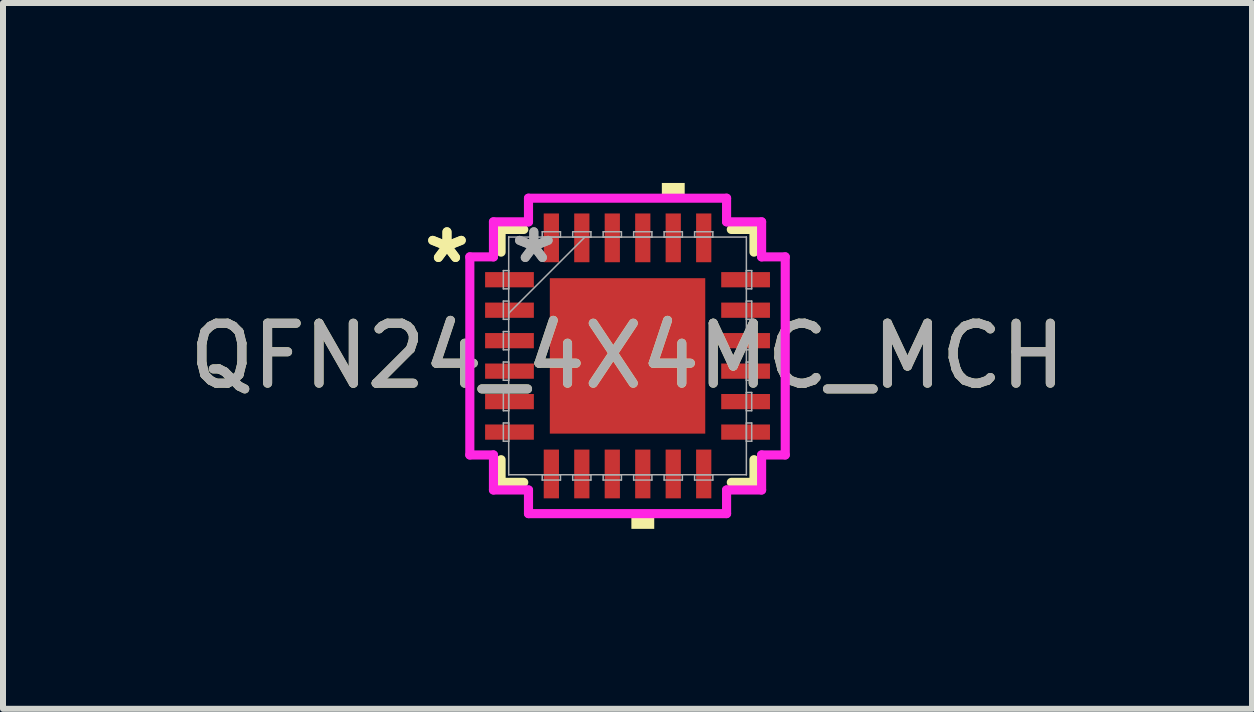
<source format=kicad_pcb>
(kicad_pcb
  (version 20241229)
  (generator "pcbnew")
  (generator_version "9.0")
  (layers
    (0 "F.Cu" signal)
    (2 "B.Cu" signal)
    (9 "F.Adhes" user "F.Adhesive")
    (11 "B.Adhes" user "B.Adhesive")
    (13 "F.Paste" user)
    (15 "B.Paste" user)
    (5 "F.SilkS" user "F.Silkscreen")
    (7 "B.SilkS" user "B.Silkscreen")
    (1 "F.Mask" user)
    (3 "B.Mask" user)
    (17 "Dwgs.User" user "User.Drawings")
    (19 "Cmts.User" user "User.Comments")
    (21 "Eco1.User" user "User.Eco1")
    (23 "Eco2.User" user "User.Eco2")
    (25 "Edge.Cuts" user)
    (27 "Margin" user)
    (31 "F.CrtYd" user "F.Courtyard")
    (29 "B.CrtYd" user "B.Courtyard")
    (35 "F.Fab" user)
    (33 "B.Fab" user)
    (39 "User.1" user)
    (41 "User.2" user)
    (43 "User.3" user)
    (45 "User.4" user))
  (footprint "QFN24_4X4MC_MCH"
    (layer "F.Cu")
    (at 7.411 2.883)
    (property "Reference" "QFN24_4X4MC_MCH" (at 0 0 0) (unlocked yes) (layer "F.SilkS") (effects (font (size 1 1) (thickness 0.15))))
    (attr smd)
    (fp_poly (pts (xy -1.359 -1.359) (xy -0.987 -1.359) (xy -0.987 1.359) (xy -1.359 1.359)) (stroke (width 0) (type solid)) (fill yes) (layer "F.Mask"))
    (fp_poly (pts (xy -1.359 -1.359) (xy 1.359 -1.359) (xy 1.359 -0.987) (xy -1.359 -0.987)) (stroke (width 0) (type solid)) (fill yes) (layer "F.Mask"))
    (fp_poly (pts (xy -1.359 -0.587) (xy 1.359 -0.587) (xy 1.359 -0.2) (xy -1.359 -0.2)) (stroke (width 0) (type solid)) (fill yes) (layer "F.Mask"))
    (fp_poly (pts (xy -1.359 0.2) (xy 1.359 0.2) (xy 1.359 0.587) (xy -1.359 0.587)) (stroke (width 0) (type solid)) (fill yes) (layer "F.Mask"))
    (fp_poly (pts (xy -1.359 0.987) (xy 1.359 0.987) (xy 1.359 1.359) (xy -1.359 1.359)) (stroke (width 0) (type solid)) (fill yes) (layer "F.Mask"))
    (fp_poly (pts (xy -0.2 -1.359) (xy -0.587 -1.359) (xy -0.587 1.359) (xy -0.2 1.359)) (stroke (width 0) (type solid)) (fill yes) (layer "F.Mask"))
    (fp_poly (pts (xy 0.587 -1.359) (xy 0.2 -1.359) (xy 0.2 1.359) (xy 0.587 1.359)) (stroke (width 0) (type solid)) (fill yes) (layer "F.Mask"))
    (fp_poly (pts (xy 0.987 -1.359) (xy 1.359 -1.359) (xy 1.359 1.359) (xy 0.987 1.359)) (stroke (width 0) (type solid)) (fill yes) (layer "F.Mask"))
    (fp_line (start -2.108 -2.108) (end -2.108 -1.73) (stroke (width 0.152) (type solid)) (layer "F.SilkS"))
    (fp_line (start -2.108 1.73) (end -2.108 2.108) (stroke (width 0.152) (type solid)) (layer "F.SilkS"))
    (fp_line (start -2.108 2.108) (end -1.73 2.108) (stroke (width 0.152) (type solid)) (layer "F.SilkS"))
    (fp_line (start -1.73 -2.108) (end -2.108 -2.108) (stroke (width 0.152) (type solid)) (layer "F.SilkS"))
    (fp_line (start 1.73 2.108) (end 2.108 2.108) (stroke (width 0.152) (type solid)) (layer "F.SilkS"))
    (fp_line (start 2.108 -2.108) (end 1.73 -2.108) (stroke (width 0.152) (type solid)) (layer "F.SilkS"))
    (fp_line (start 2.108 -1.73) (end 2.108 -2.108) (stroke (width 0.152) (type solid)) (layer "F.SilkS"))
    (fp_line (start 2.108 2.108) (end 2.108 1.73) (stroke (width 0.152) (type solid)) (layer "F.SilkS"))
    (fp_poly (pts (xy 0.064 2.629) (xy 0.064 2.883) (xy 0.445 2.883) (xy 0.445 2.629)) (stroke (width 0) (type solid)) (fill yes) (layer "F.SilkS"))
    (fp_poly (pts (xy 0.572 -2.629) (xy 0.572 -2.883) (xy 0.953 -2.883) (xy 0.953 -2.629)) (stroke (width 0) (type solid)) (fill yes) (layer "F.SilkS"))
    (fp_poly (pts (xy -1.22 -1.22) (xy -1.22 -0.887) (xy -1.029 -0.887) (xy -0.887 -1.029) (xy -0.887 -1.22)) (stroke (width 0) (type solid)) (fill yes) (layer "F.Paste"))
    (fp_poly (pts (xy -1.22 0.887) (xy -1.22 1.22) (xy -0.887 1.22) (xy -0.887 1.029) (xy -1.029 0.887)) (stroke (width 0) (type solid)) (fill yes) (layer "F.Paste"))
    (fp_poly (pts (xy 0.887 -1.22) (xy 0.887 -1.029) (xy 1.029 -0.887) (xy 1.22 -0.887) (xy 1.22 -1.22)) (stroke (width 0) (type solid)) (fill yes) (layer "F.Paste"))
    (fp_poly (pts (xy 1.029 0.887) (xy 0.887 1.029) (xy 0.887 1.22) (xy 1.22 1.22) (xy 1.22 0.887)) (stroke (width 0) (type solid)) (fill yes) (layer "F.Paste"))
    (fp_poly (pts (xy -1.22 -0.687) (xy -1.22 -0.1) (xy -1.029 -0.1) (xy -0.887 -0.241) (xy -0.887 -0.546) (xy -1.029 -0.687)) (stroke (width 0) (type solid)) (fill yes) (layer "F.Paste"))
    (fp_poly (pts (xy -1.22 0.1) (xy -1.22 0.687) (xy -1.029 0.687) (xy -0.887 0.546) (xy -0.887 0.241) (xy -1.029 0.1)) (stroke (width 0) (type solid)) (fill yes) (layer "F.Paste"))
    (fp_poly (pts (xy -0.687 -1.22) (xy -0.687 -1.029) (xy -0.546 -0.887) (xy -0.241 -0.887) (xy -0.1 -1.029) (xy -0.1 -1.22)) (stroke (width 0) (type solid)) (fill yes) (layer "F.Paste"))
    (fp_poly (pts (xy -0.546 0.887) (xy -0.687 1.029) (xy -0.687 1.22) (xy -0.1 1.22) (xy -0.1 1.029) (xy -0.241 0.887)) (stroke (width 0) (type solid)) (fill yes) (layer "F.Paste"))
    (fp_poly (pts (xy 0.1 -1.22) (xy 0.1 -1.029) (xy 0.241 -0.887) (xy 0.546 -0.887) (xy 0.687 -1.029) (xy 0.687 -1.22)) (stroke (width 0) (type solid)) (fill yes) (layer "F.Paste"))
    (fp_poly (pts (xy 0.241 0.887) (xy 0.1 1.029) (xy 0.1 1.22) (xy 0.687 1.22) (xy 0.687 1.029) (xy 0.546 0.887)) (stroke (width 0) (type solid)) (fill yes) (layer "F.Paste"))
    (fp_poly (pts (xy 1.029 -0.687) (xy 0.887 -0.546) (xy 0.887 -0.241) (xy 1.029 -0.1) (xy 1.22 -0.1) (xy 1.22 -0.687)) (stroke (width 0) (type solid)) (fill yes) (layer "F.Paste"))
    (fp_poly (pts (xy 1.029 0.1) (xy 0.887 0.241) (xy 0.887 0.546) (xy 1.029 0.687) (xy 1.22 0.687) (xy 1.22 0.1)) (stroke (width 0) (type solid)) (fill yes) (layer "F.Paste"))
    (fp_poly (pts (xy -0.546 -0.687) (xy -0.687 -0.546) (xy -0.687 -0.241) (xy -0.546 -0.1) (xy -0.241 -0.1) (xy -0.1 -0.241) (xy -0.1 -0.546) (xy -0.241 -0.687)) (stroke (width 0) (type solid)) (fill yes) (layer "F.Paste"))
    (fp_poly (pts (xy -0.546 0.1) (xy -0.687 0.241) (xy -0.687 0.546) (xy -0.546 0.687) (xy -0.241 0.687) (xy -0.1 0.546) (xy -0.1 0.241) (xy -0.241 0.1)) (stroke (width 0) (type solid)) (fill yes) (layer "F.Paste"))
    (fp_poly (pts (xy 0.241 -0.687) (xy 0.1 -0.546) (xy 0.1 -0.241) (xy 0.241 -0.1) (xy 0.546 -0.1) (xy 0.687 -0.241) (xy 0.687 -0.546) (xy 0.546 -0.687)) (stroke (width 0) (type solid)) (fill yes) (layer "F.Paste"))
    (fp_poly (pts (xy 0.241 0.1) (xy 0.1 0.241) (xy 0.1 0.546) (xy 0.241 0.687) (xy 0.546 0.687) (xy 0.687 0.546) (xy 0.687 0.241) (xy 0.546 0.1)) (stroke (width 0) (type solid)) (fill yes) (layer "F.Paste"))
    (fp_circle (center -0.787 -0.787) (end -0.47 -0.787) (stroke (width 0.127) (type solid)) (fill no) (layer "Eco1.User"))
    (fp_circle (center -0.787 0) (end -0.47 0) (stroke (width 0.127) (type solid)) (fill no) (layer "Eco1.User"))
    (fp_circle (center -0.787 0.787) (end -0.47 0.787) (stroke (width 0.127) (type solid)) (fill no) (layer "Eco1.User"))
    (fp_circle (center 0 -0.787) (end 0.318 -0.787) (stroke (width 0.127) (type solid)) (fill no) (layer "Eco1.User"))
    (fp_circle (center 0 0) (end 0.318 0) (stroke (width 0.127) (type solid)) (fill no) (layer "Eco1.User"))
    (fp_circle (center 0 0.787) (end 0.318 0.787) (stroke (width 0.127) (type solid)) (fill no) (layer "Eco1.User"))
    (fp_circle (center 0.787 -0.787) (end 1.105 -0.787) (stroke (width 0.127) (type solid)) (fill no) (layer "Eco1.User"))
    (fp_circle (center 0.787 0) (end 1.105 0) (stroke (width 0.127) (type solid)) (fill no) (layer "Eco1.User"))
    (fp_circle (center 0.787 0.787) (end 1.105 0.787) (stroke (width 0.127) (type solid)) (fill no) (layer "Eco1.User"))
    (fp_line (start -2.629 -1.651) (end -2.235 -1.651) (stroke (width 0.152) (type solid)) (layer "F.CrtYd"))
    (fp_line (start -2.629 1.651) (end -2.629 -1.651) (stroke (width 0.152) (type solid)) (layer "F.CrtYd"))
    (fp_line (start -2.235 -2.235) (end -1.651 -2.235) (stroke (width 0.152) (type solid)) (layer "F.CrtYd"))
    (fp_line (start -2.235 -1.651) (end -2.235 -2.235) (stroke (width 0.152) (type solid)) (layer "F.CrtYd"))
    (fp_line (start -2.235 1.651) (end -2.629 1.651) (stroke (width 0.152) (type solid)) (layer "F.CrtYd"))
    (fp_line (start -2.235 2.235) (end -2.235 1.651) (stroke (width 0.152) (type solid)) (layer "F.CrtYd"))
    (fp_line (start -1.651 -2.629) (end 1.651 -2.629) (stroke (width 0.152) (type solid)) (layer "F.CrtYd"))
    (fp_line (start -1.651 -2.235) (end -1.651 -2.629) (stroke (width 0.152) (type solid)) (layer "F.CrtYd"))
    (fp_line (start -1.651 2.235) (end -2.235 2.235) (stroke (width 0.152) (type solid)) (layer "F.CrtYd"))
    (fp_line (start -1.651 2.629) (end -1.651 2.235) (stroke (width 0.152) (type solid)) (layer "F.CrtYd"))
    (fp_line (start 1.651 -2.629) (end 1.651 -2.235) (stroke (width 0.152) (type solid)) (layer "F.CrtYd"))
    (fp_line (start 1.651 -2.235) (end 2.235 -2.235) (stroke (width 0.152) (type solid)) (layer "F.CrtYd"))
    (fp_line (start 1.651 2.235) (end 1.651 2.629) (stroke (width 0.152) (type solid)) (layer "F.CrtYd"))
    (fp_line (start 1.651 2.629) (end -1.651 2.629) (stroke (width 0.152) (type solid)) (layer "F.CrtYd"))
    (fp_line (start 2.235 -2.235) (end 2.235 -1.651) (stroke (width 0.152) (type solid)) (layer "F.CrtYd"))
    (fp_line (start 2.235 -1.651) (end 2.629 -1.651) (stroke (width 0.152) (type solid)) (layer "F.CrtYd"))
    (fp_line (start 2.235 1.651) (end 2.235 2.235) (stroke (width 0.152) (type solid)) (layer "F.CrtYd"))
    (fp_line (start 2.235 2.235) (end 1.651 2.235) (stroke (width 0.152) (type solid)) (layer "F.CrtYd"))
    (fp_line (start 2.629 -1.651) (end 2.629 1.651) (stroke (width 0.152) (type solid)) (layer "F.CrtYd"))
    (fp_line (start 2.629 1.651) (end 2.235 1.651) (stroke (width 0.152) (type solid)) (layer "F.CrtYd"))
    (fp_line (start -2.07 -1.422) (end -2.07 -1.118) (stroke (width 0.025) (type solid)) (layer "F.Fab"))
    (fp_line (start -2.07 -1.118) (end -1.981 -1.118) (stroke (width 0.025) (type solid)) (layer "F.Fab"))
    (fp_line (start -2.07 -0.914) (end -2.07 -0.61) (stroke (width 0.025) (type solid)) (layer "F.Fab"))
    (fp_line (start -2.07 -0.61) (end -1.981 -0.61) (stroke (width 0.025) (type solid)) (layer "F.Fab"))
    (fp_line (start -2.07 -0.406) (end -2.07 -0.102) (stroke (width 0.025) (type solid)) (layer "F.Fab"))
    (fp_line (start -2.07 -0.102) (end -1.981 -0.102) (stroke (width 0.025) (type solid)) (layer "F.Fab"))
    (fp_line (start -2.07 0.102) (end -2.07 0.406) (stroke (width 0.025) (type solid)) (layer "F.Fab"))
    (fp_line (start -2.07 0.406) (end -1.981 0.406) (stroke (width 0.025) (type solid)) (layer "F.Fab"))
    (fp_line (start -2.07 0.61) (end -2.07 0.914) (stroke (width 0.025) (type solid)) (layer "F.Fab"))
    (fp_line (start -2.07 0.914) (end -1.981 0.914) (stroke (width 0.025) (type solid)) (layer "F.Fab"))
    (fp_line (start -2.07 1.118) (end -2.07 1.422) (stroke (width 0.025) (type solid)) (layer "F.Fab"))
    (fp_line (start -2.07 1.422) (end -1.981 1.422) (stroke (width 0.025) (type solid)) (layer "F.Fab"))
    (fp_line (start -1.981 -1.981) (end -1.981 -1.981) (stroke (width 0.025) (type solid)) (layer "F.Fab"))
    (fp_line (start -1.981 -1.981) (end -1.981 1.981) (stroke (width 0.025) (type solid)) (layer "F.Fab"))
    (fp_line (start -1.981 -1.422) (end -2.07 -1.422) (stroke (width 0.025) (type solid)) (layer "F.Fab"))
    (fp_line (start -1.981 -1.118) (end -1.981 -1.422) (stroke (width 0.025) (type solid)) (layer "F.Fab"))
    (fp_line (start -1.981 -0.914) (end -2.07 -0.914) (stroke (width 0.025) (type solid)) (layer "F.Fab"))
    (fp_line (start -1.981 -0.711) (end -0.711 -1.981) (stroke (width 0.025) (type solid)) (layer "F.Fab"))
    (fp_line (start -1.981 -0.61) (end -1.981 -0.914) (stroke (width 0.025) (type solid)) (layer "F.Fab"))
    (fp_line (start -1.981 -0.406) (end -2.07 -0.406) (stroke (width 0.025) (type solid)) (layer "F.Fab"))
    (fp_line (start -1.981 -0.102) (end -1.981 -0.406) (stroke (width 0.025) (type solid)) (layer "F.Fab"))
    (fp_line (start -1.981 0.102) (end -2.07 0.102) (stroke (width 0.025) (type solid)) (layer "F.Fab"))
    (fp_line (start -1.981 0.406) (end -1.981 0.102) (stroke (width 0.025) (type solid)) (layer "F.Fab"))
    (fp_line (start -1.981 0.61) (end -2.07 0.61) (stroke (width 0.025) (type solid)) (layer "F.Fab"))
    (fp_line (start -1.981 0.914) (end -1.981 0.61) (stroke (width 0.025) (type solid)) (layer "F.Fab"))
    (fp_line (start -1.981 1.118) (end -2.07 1.118) (stroke (width 0.025) (type solid)) (layer "F.Fab"))
    (fp_line (start -1.981 1.422) (end -1.981 1.118) (stroke (width 0.025) (type solid)) (layer "F.Fab"))
    (fp_line (start -1.981 1.981) (end -1.981 1.981) (stroke (width 0.025) (type solid)) (layer "F.Fab"))
    (fp_line (start -1.981 1.981) (end 1.981 1.981) (stroke (width 0.025) (type solid)) (layer "F.Fab"))
    (fp_line (start -1.422 -2.07) (end -1.422 -1.981) (stroke (width 0.025) (type solid)) (layer "F.Fab"))
    (fp_line (start -1.422 -1.981) (end -1.118 -1.981) (stroke (width 0.025) (type solid)) (layer "F.Fab"))
    (fp_line (start -1.422 1.981) (end -1.422 2.07) (stroke (width 0.025) (type solid)) (layer "F.Fab"))
    (fp_line (start -1.422 2.07) (end -1.118 2.07) (stroke (width 0.025) (type solid)) (layer "F.Fab"))
    (fp_line (start -1.118 -2.07) (end -1.422 -2.07) (stroke (width 0.025) (type solid)) (layer "F.Fab"))
    (fp_line (start -1.118 -1.981) (end -1.118 -2.07) (stroke (width 0.025) (type solid)) (layer "F.Fab"))
    (fp_line (start -1.118 1.981) (end -1.422 1.981) (stroke (width 0.025) (type solid)) (layer "F.Fab"))
    (fp_line (start -1.118 2.07) (end -1.118 1.981) (stroke (width 0.025) (type solid)) (layer "F.Fab"))
    (fp_line (start -0.914 -2.07) (end -0.914 -1.981) (stroke (width 0.025) (type solid)) (layer "F.Fab"))
    (fp_line (start -0.914 -1.981) (end -0.61 -1.981) (stroke (width 0.025) (type solid)) (layer "F.Fab"))
    (fp_line (start -0.914 1.981) (end -0.914 2.07) (stroke (width 0.025) (type solid)) (layer "F.Fab"))
    (fp_line (start -0.914 2.07) (end -0.61 2.07) (stroke (width 0.025) (type solid)) (layer "F.Fab"))
    (fp_line (start -0.61 -2.07) (end -0.914 -2.07) (stroke (width 0.025) (type solid)) (layer "F.Fab"))
    (fp_line (start -0.61 -1.981) (end -0.61 -2.07) (stroke (width 0.025) (type solid)) (layer "F.Fab"))
    (fp_line (start -0.61 1.981) (end -0.914 1.981) (stroke (width 0.025) (type solid)) (layer "F.Fab"))
    (fp_line (start -0.61 2.07) (end -0.61 1.981) (stroke (width 0.025) (type solid)) (layer "F.Fab"))
    (fp_line (start -0.406 -2.07) (end -0.406 -1.981) (stroke (width 0.025) (type solid)) (layer "F.Fab"))
    (fp_line (start -0.406 -1.981) (end -0.102 -1.981) (stroke (width 0.025) (type solid)) (layer "F.Fab"))
    (fp_line (start -0.406 1.981) (end -0.406 2.07) (stroke (width 0.025) (type solid)) (layer "F.Fab"))
    (fp_line (start -0.406 2.07) (end -0.102 2.07) (stroke (width 0.025) (type solid)) (layer "F.Fab"))
    (fp_line (start -0.102 -2.07) (end -0.406 -2.07) (stroke (width 0.025) (type solid)) (layer "F.Fab"))
    (fp_line (start -0.102 -1.981) (end -0.102 -2.07) (stroke (width 0.025) (type solid)) (layer "F.Fab"))
    (fp_line (start -0.102 1.981) (end -0.406 1.981) (stroke (width 0.025) (type solid)) (layer "F.Fab"))
    (fp_line (start -0.102 2.07) (end -0.102 1.981) (stroke (width 0.025) (type solid)) (layer "F.Fab"))
    (fp_line (start 0.102 -2.07) (end 0.102 -1.981) (stroke (width 0.025) (type solid)) (layer "F.Fab"))
    (fp_line (start 0.102 -1.981) (end 0.406 -1.981) (stroke (width 0.025) (type solid)) (layer "F.Fab"))
    (fp_line (start 0.102 1.981) (end 0.102 2.07) (stroke (width 0.025) (type solid)) (layer "F.Fab"))
    (fp_line (start 0.102 2.07) (end 0.406 2.07) (stroke (width 0.025) (type solid)) (layer "F.Fab"))
    (fp_line (start 0.406 -2.07) (end 0.102 -2.07) (stroke (width 0.025) (type solid)) (layer "F.Fab"))
    (fp_line (start 0.406 -1.981) (end 0.406 -2.07) (stroke (width 0.025) (type solid)) (layer "F.Fab"))
    (fp_line (start 0.406 1.981) (end 0.102 1.981) (stroke (width 0.025) (type solid)) (layer "F.Fab"))
    (fp_line (start 0.406 2.07) (end 0.406 1.981) (stroke (width 0.025) (type solid)) (layer "F.Fab"))
    (fp_line (start 0.61 -2.07) (end 0.61 -1.981) (stroke (width 0.025) (type solid)) (layer "F.Fab"))
    (fp_line (start 0.61 -1.981) (end 0.914 -1.981) (stroke (width 0.025) (type solid)) (layer "F.Fab"))
    (fp_line (start 0.61 1.981) (end 0.61 2.07) (stroke (width 0.025) (type solid)) (layer "F.Fab"))
    (fp_line (start 0.61 2.07) (end 0.914 2.07) (stroke (width 0.025) (type solid)) (layer "F.Fab"))
    (fp_line (start 0.914 -2.07) (end 0.61 -2.07) (stroke (width 0.025) (type solid)) (layer "F.Fab"))
    (fp_line (start 0.914 -1.981) (end 0.914 -2.07) (stroke (width 0.025) (type solid)) (layer "F.Fab"))
    (fp_line (start 0.914 1.981) (end 0.61 1.981) (stroke (width 0.025) (type solid)) (layer "F.Fab"))
    (fp_line (start 0.914 2.07) (end 0.914 1.981) (stroke (width 0.025) (type solid)) (layer "F.Fab"))
    (fp_line (start 1.118 -2.07) (end 1.118 -1.981) (stroke (width 0.025) (type solid)) (layer "F.Fab"))
    (fp_line (start 1.118 -1.981) (end 1.422 -1.981) (stroke (width 0.025) (type solid)) (layer "F.Fab"))
    (fp_line (start 1.118 1.981) (end 1.118 2.07) (stroke (width 0.025) (type solid)) (layer "F.Fab"))
    (fp_line (start 1.118 2.07) (end 1.422 2.07) (stroke (width 0.025) (type solid)) (layer "F.Fab"))
    (fp_line (start 1.422 -2.07) (end 1.118 -2.07) (stroke (width 0.025) (type solid)) (layer "F.Fab"))
    (fp_line (start 1.422 -1.981) (end 1.422 -2.07) (stroke (width 0.025) (type solid)) (layer "F.Fab"))
    (fp_line (start 1.422 1.981) (end 1.118 1.981) (stroke (width 0.025) (type solid)) (layer "F.Fab"))
    (fp_line (start 1.422 2.07) (end 1.422 1.981) (stroke (width 0.025) (type solid)) (layer "F.Fab"))
    (fp_line (start 1.981 -1.981) (end -1.981 -1.981) (stroke (width 0.025) (type solid)) (layer "F.Fab"))
    (fp_line (start 1.981 -1.981) (end 1.981 -1.981) (stroke (width 0.025) (type solid)) (layer "F.Fab"))
    (fp_line (start 1.981 -1.422) (end 1.981 -1.118) (stroke (width 0.025) (type solid)) (layer "F.Fab"))
    (fp_line (start 1.981 -1.118) (end 2.07 -1.118) (stroke (width 0.025) (type solid)) (layer "F.Fab"))
    (fp_line (start 1.981 -0.914) (end 1.981 -0.61) (stroke (width 0.025) (type solid)) (layer "F.Fab"))
    (fp_line (start 1.981 -0.61) (end 2.07 -0.61) (stroke (width 0.025) (type solid)) (layer "F.Fab"))
    (fp_line (start 1.981 -0.406) (end 1.981 -0.102) (stroke (width 0.025) (type solid)) (layer "F.Fab"))
    (fp_line (start 1.981 -0.102) (end 2.07 -0.102) (stroke (width 0.025) (type solid)) (layer "F.Fab"))
    (fp_line (start 1.981 0.102) (end 1.981 0.406) (stroke (width 0.025) (type solid)) (layer "F.Fab"))
    (fp_line (start 1.981 0.406) (end 2.07 0.406) (stroke (width 0.025) (type solid)) (layer "F.Fab"))
    (fp_line (start 1.981 0.61) (end 1.981 0.914) (stroke (width 0.025) (type solid)) (layer "F.Fab"))
    (fp_line (start 1.981 0.914) (end 2.07 0.914) (stroke (width 0.025) (type solid)) (layer "F.Fab"))
    (fp_line (start 1.981 1.118) (end 1.981 1.422) (stroke (width 0.025) (type solid)) (layer "F.Fab"))
    (fp_line (start 1.981 1.422) (end 2.07 1.422) (stroke (width 0.025) (type solid)) (layer "F.Fab"))
    (fp_line (start 1.981 1.981) (end 1.981 -1.981) (stroke (width 0.025) (type solid)) (layer "F.Fab"))
    (fp_line (start 1.981 1.981) (end 1.981 1.981) (stroke (width 0.025) (type solid)) (layer "F.Fab"))
    (fp_line (start 2.07 -1.422) (end 1.981 -1.422) (stroke (width 0.025) (type solid)) (layer "F.Fab"))
    (fp_line (start 2.07 -1.118) (end 2.07 -1.422) (stroke (width 0.025) (type solid)) (layer "F.Fab"))
    (fp_line (start 2.07 -0.914) (end 1.981 -0.914) (stroke (width 0.025) (type solid)) (layer "F.Fab"))
    (fp_line (start 2.07 -0.61) (end 2.07 -0.914) (stroke (width 0.025) (type solid)) (layer "F.Fab"))
    (fp_line (start 2.07 -0.406) (end 1.981 -0.406) (stroke (width 0.025) (type solid)) (layer "F.Fab"))
    (fp_line (start 2.07 -0.102) (end 2.07 -0.406) (stroke (width 0.025) (type solid)) (layer "F.Fab"))
    (fp_line (start 2.07 0.102) (end 1.981 0.102) (stroke (width 0.025) (type solid)) (layer "F.Fab"))
    (fp_line (start 2.07 0.406) (end 2.07 0.102) (stroke (width 0.025) (type solid)) (layer "F.Fab"))
    (fp_line (start 2.07 0.61) (end 1.981 0.61) (stroke (width 0.025) (type solid)) (layer "F.Fab"))
    (fp_line (start 2.07 0.914) (end 2.07 0.61) (stroke (width 0.025) (type solid)) (layer "F.Fab"))
    (fp_line (start 2.07 1.118) (end 1.981 1.118) (stroke (width 0.025) (type solid)) (layer "F.Fab"))
    (fp_line (start 2.07 1.422) (end 2.07 1.118) (stroke (width 0.025) (type solid)) (layer "F.Fab"))
    (fp_text user "*" (at -3.01 -1.524 0) (unlocked yes) (layer "F.SilkS") (effects (font (size 1 1) (thickness 0.15))))
    (fp_text user "*" (at -3.01 -1.524 0) (layer "F.SilkS") (effects (font (size 1 1) (thickness 0.15))))
    (fp_text user "*" (at -1.562 -1.524 0) (layer "F.Fab") (effects (font (size 1 1) (thickness 0.15))))
    (fp_text user "${REFERENCE}" (at 0 0 0) (unlocked yes) (layer "F.Fab") (effects (font (size 1 1) (thickness 0.15))))
    (fp_text user "*" (at -1.562 -1.524 0) (unlocked yes) (layer "F.Fab") (effects (font (size 1 1) (thickness 0.15))))
    (pad "1" smd rect (at -1.968 -1.27 90) (size 0.254 0.813) (layers "F.Cu" "F.Mask" "F.Paste"))
    (pad "2" smd rect (at -1.968 -0.762 90) (size 0.254 0.813) (layers "F.Cu" "F.Mask" "F.Paste"))
    (pad "3" smd rect (at -1.968 -0.254 90) (size 0.254 0.813) (layers "F.Cu" "F.Mask" "F.Paste"))
    (pad "4" smd rect (at -1.968 0.254 90) (size 0.254 0.813) (layers "F.Cu" "F.Mask" "F.Paste"))
    (pad "5" smd rect (at -1.968 0.762 90) (size 0.254 0.813) (layers "F.Cu" "F.Mask" "F.Paste"))
    (pad "6" smd rect (at -1.968 1.27 90) (size 0.254 0.813) (layers "F.Cu" "F.Mask" "F.Paste"))
    (pad "7" smd rect (at -1.27 1.968) (size 0.254 0.813) (layers "F.Cu" "F.Mask" "F.Paste"))
    (pad "8" smd rect (at -0.762 1.968) (size 0.254 0.813) (layers "F.Cu" "F.Mask" "F.Paste"))
    (pad "9" smd rect (at -0.254 1.968) (size 0.254 0.813) (layers "F.Cu" "F.Mask" "F.Paste"))
    (pad "10" smd rect (at 0.254 1.968) (size 0.254 0.813) (layers "F.Cu" "F.Mask" "F.Paste"))
    (pad "11" smd rect (at 0.762 1.968) (size 0.254 0.813) (layers "F.Cu" "F.Mask" "F.Paste"))
    (pad "12" smd rect (at 1.27 1.968) (size 0.254 0.813) (layers "F.Cu" "F.Mask" "F.Paste"))
    (pad "13" smd rect (at 1.968 1.27 90) (size 0.254 0.813) (layers "F.Cu" "F.Mask" "F.Paste"))
    (pad "14" smd rect (at 1.968 0.762 90) (size 0.254 0.813) (layers "F.Cu" "F.Mask" "F.Paste"))
    (pad "15" smd rect (at 1.968 0.254 90) (size 0.254 0.813) (layers "F.Cu" "F.Mask" "F.Paste"))
    (pad "16" smd rect (at 1.968 -0.254 90) (size 0.254 0.813) (layers "F.Cu" "F.Mask" "F.Paste"))
    (pad "17" smd rect (at 1.968 -0.762 90) (size 0.254 0.813) (layers "F.Cu" "F.Mask" "F.Paste"))
    (pad "18" smd rect (at 1.968 -1.27 90) (size 0.254 0.813) (layers "F.Cu" "F.Mask" "F.Paste"))
    (pad "19" smd rect (at 1.27 -1.968) (size 0.254 0.813) (layers "F.Cu" "F.Mask" "F.Paste"))
    (pad "20" smd rect (at 0.762 -1.968) (size 0.254 0.813) (layers "F.Cu" "F.Mask" "F.Paste"))
    (pad "21" smd rect (at 0.254 -1.968) (size 0.254 0.813) (layers "F.Cu" "F.Mask" "F.Paste"))
    (pad "22" smd rect (at -0.254 -1.968) (size 0.254 0.813) (layers "F.Cu" "F.Mask" "F.Paste"))
    (pad "23" smd rect (at -0.762 -1.968) (size 0.254 0.813) (layers "F.Cu" "F.Mask" "F.Paste"))
    (pad "24" smd rect (at -1.27 -1.968) (size 0.254 0.813) (layers "F.Cu" "F.Mask" "F.Paste"))
    (pad "25" smd rect (at 0 0) (size 2.591 2.591) (layers "F.Cu")))
  (gr_rect
    (start -3 -3)
    (end 17.821 8.766)
    (stroke (width 0.1) (type default))
    (fill no)
    (layer "Edge.Cuts")))
</source>
